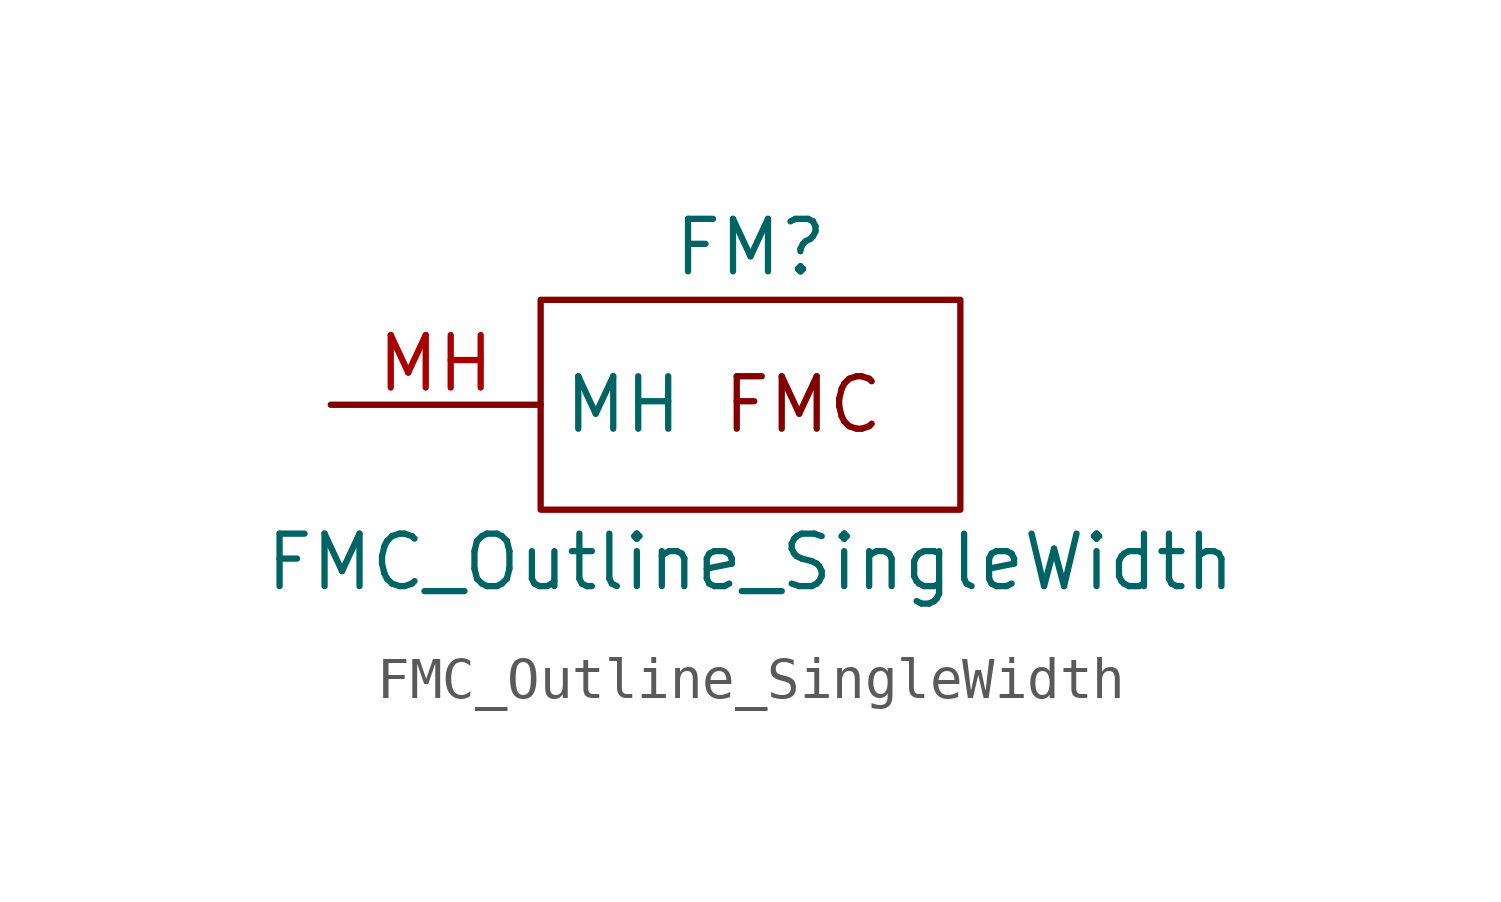
<source format=kicad_sym>
(kicad_symbol_lib
  (version 20231120)
  (generator "kicad_symbol_editor")
  (generator_version "8.0")
  (symbol "FMC_Outline_SingleWidth"
    (property "Reference" "FM"
      (at 0 3.81 0)
      (effects (font (size 1.27 1.27))))
    (property "Value" "FMC_Outline_SingleWidth"
      (at 0 -3.81 0)
      (effects (font (size 1.27 1.27))))
    (symbol "FMC_Outline_SingleWidth_1_1"
      (rectangle (start -5.08 2.54) (end 5.08 -2.54) (stroke (width 0) (type default)) (fill (type none)))
      (text "FMC" (at 1.27 0 0) (effects (font (size 1.27 1.27))))
      (pin passive line (at -10.16 0 0) (length 5.08) (name "MH" (effects (font (size 1.27 1.27)))) (number "MH" (effects (font (size 1.27 1.27))))))))
</source>
